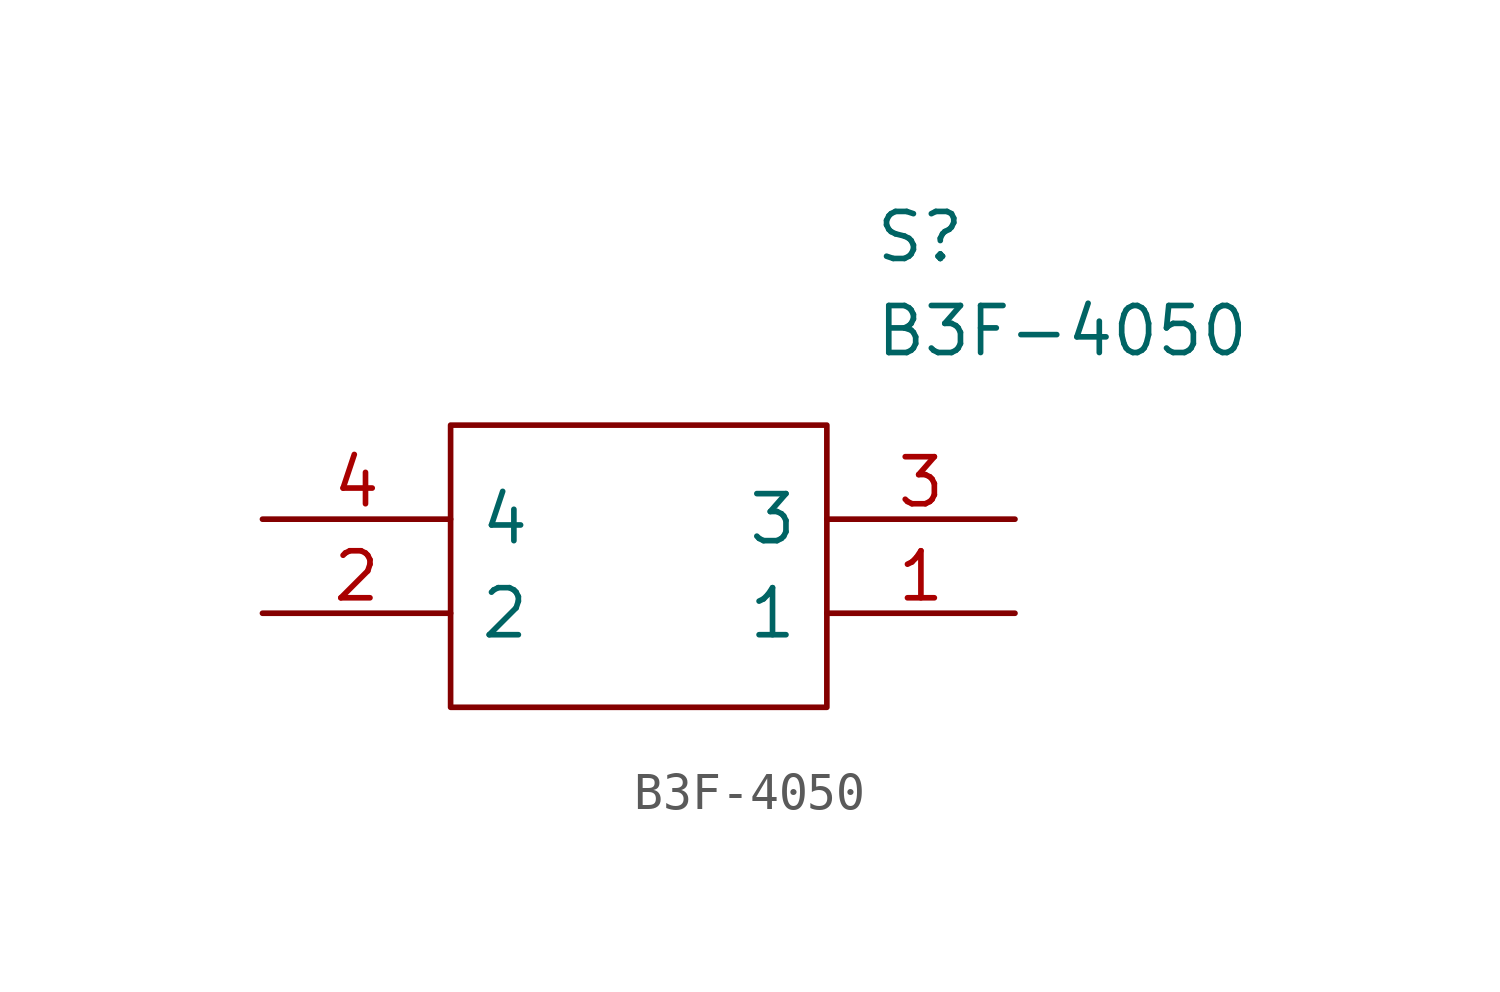
<source format=kicad_sym>
(kicad_symbol_lib
  (version 20211014)
  (generator kicad_symbol_editor)
  (symbol "B3F-4050"
    (pin_names
      (offset 0.762))
    (property "Reference" "S"
      (at 16.51 7.62 0)
      (effects (font (size 1.27 1.27)) (justify left)))
    (property "Value" "B3F-4050"
      (at 16.51 5.08 0)
      (effects (font (size 1.27 1.27)) (justify left)))
    (symbol "B3F-4050_0_0"
      (pin passive line (at 20.32 -2.54 180) (length 5.08) (name "1" (effects (font (size 1.27 1.27)))) (number "1" (effects (font (size 1.27 1.27)))))
      (pin passive line (at 0 -2.54 0) (length 5.08) (name "2" (effects (font (size 1.27 1.27)))) (number "2" (effects (font (size 1.27 1.27)))))
      (pin passive line (at 20.32 0 180) (length 5.08) (name "3" (effects (font (size 1.27 1.27)))) (number "3" (effects (font (size 1.27 1.27)))))
      (pin passive line (at 0 0 0) (length 5.08) (name "4" (effects (font (size 1.27 1.27)))) (number "4" (effects (font (size 1.27 1.27))))))
    (symbol "B3F-4050_0_1"
      (polyline (pts (xy 5.08 2.54) (xy 15.24 2.54) (xy 15.24 -5.08) (xy 5.08 -5.08) (xy 5.08 2.54)) (stroke (width 0.152) (type default) (color 0 0 0 0)) (fill (type none))))))
</source>
